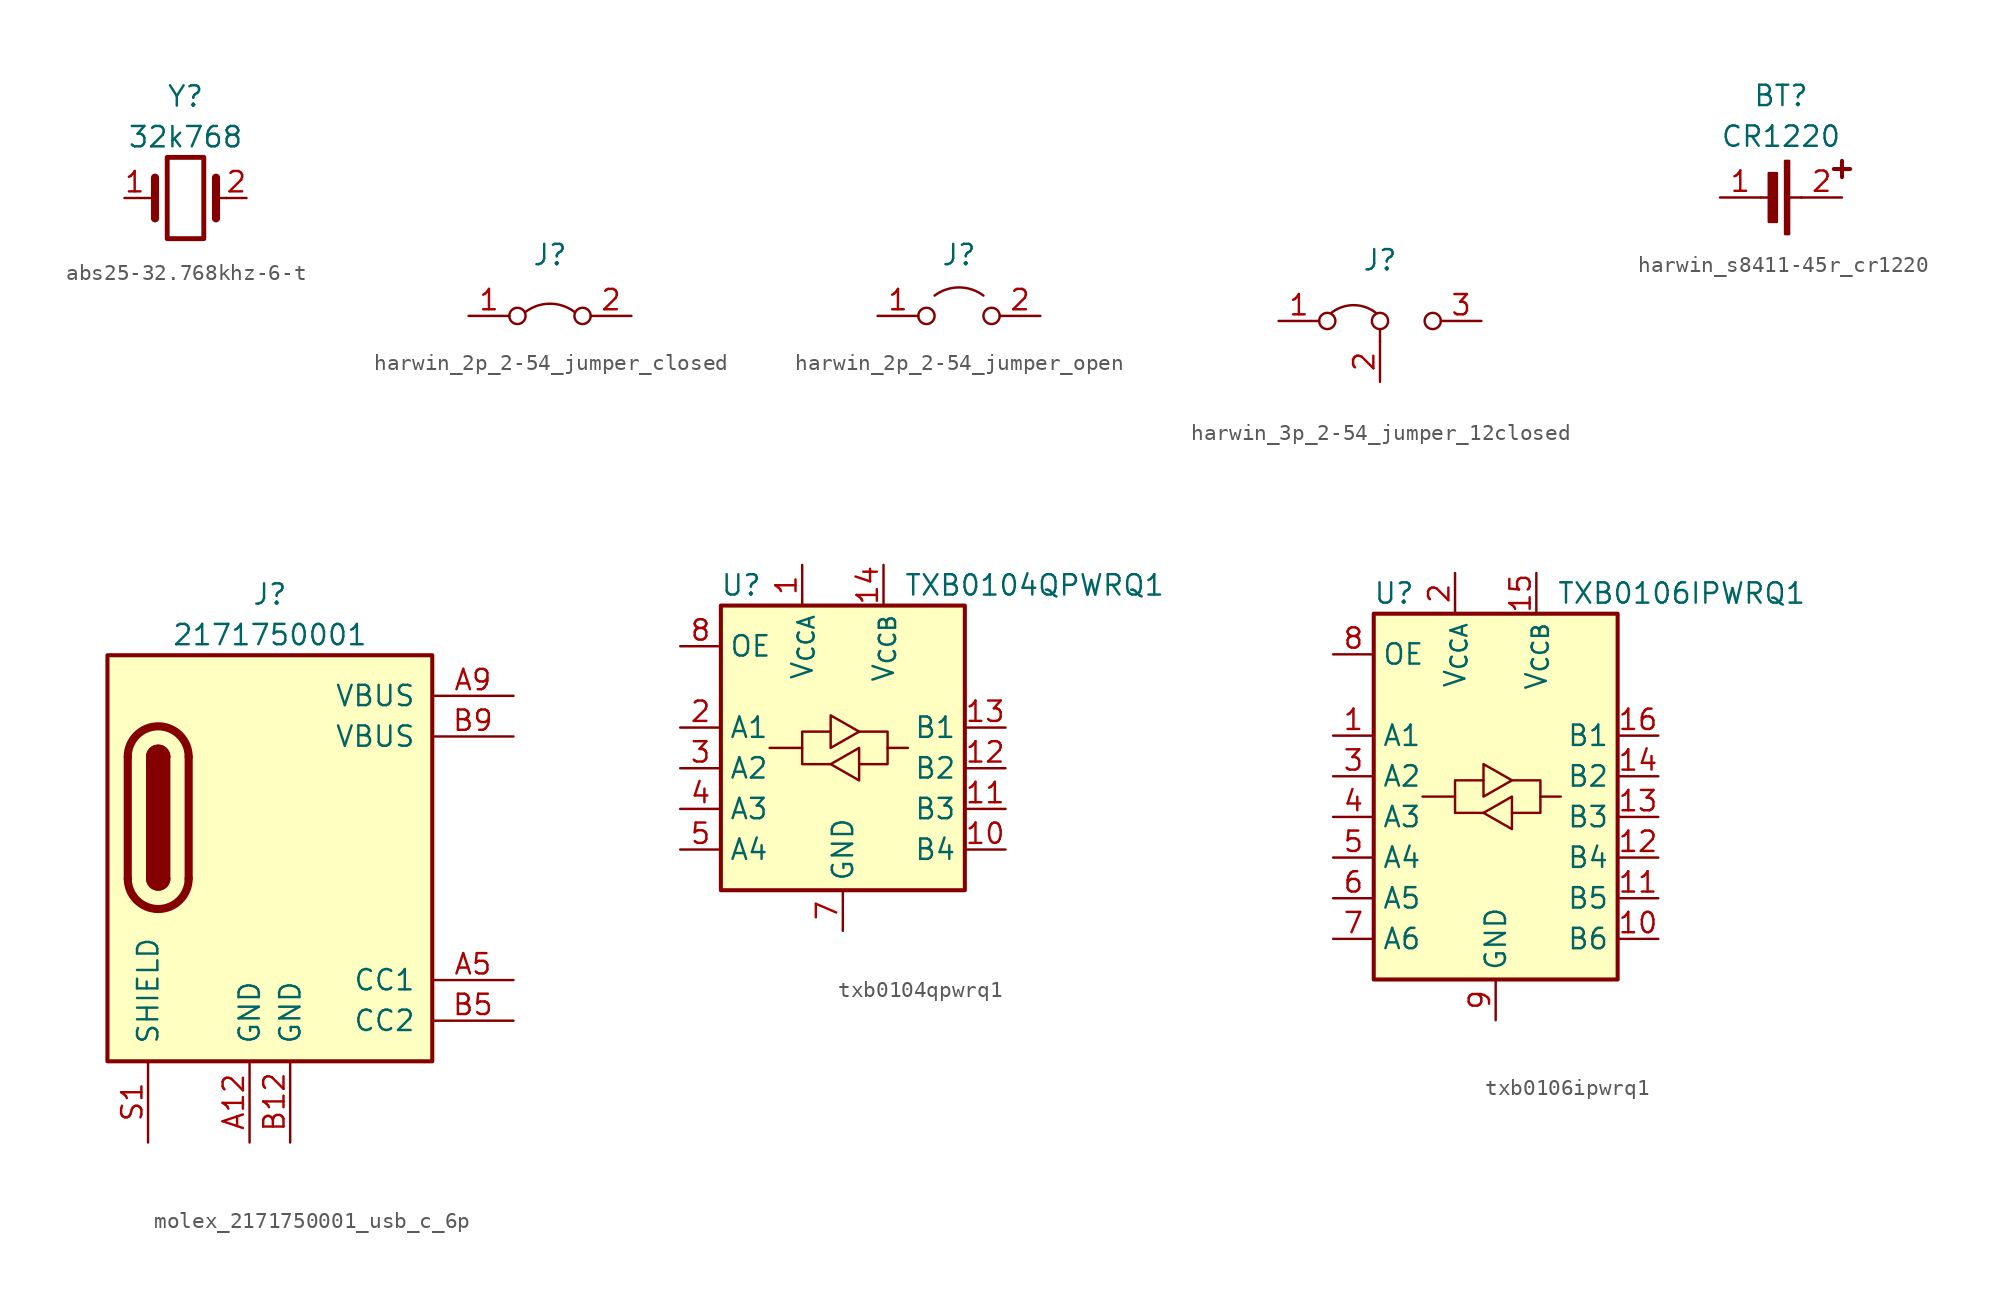
<source format=kicad_sym>
(kicad_symbol_lib
  (version 20231120)
  (generator "kicad_symbol_editor")
  (generator_version "8.0")
  (symbol "abs25-32.768khz-6-t"
    (property "Reference" "Y"
      (at 0 6.35 0)
      (effects (font (size 1.27 1.27))))
    (property "Value" "32k768"
      (at 0 3.81 0)
      (effects (font (size 1.27 1.27))))
    (symbol "abs25-32.768khz-6-t_0_1"
      (rectangle (start -1.143 2.54) (end 1.143 -2.54) (stroke (width 0.305) (type default)) (fill (type none)))
      (polyline (pts (xy -2.54 0) (xy -1.905 0)) (stroke (width 0) (type default)) (fill (type none)))
      (polyline (pts (xy -1.905 -1.27) (xy -1.905 1.27)) (stroke (width 0.508) (type default)) (fill (type none)))
      (polyline (pts (xy 1.905 -1.27) (xy 1.905 1.27)) (stroke (width 0.508) (type default)) (fill (type none)))
      (polyline (pts (xy 2.54 0) (xy 1.905 0)) (stroke (width 0) (type default)) (fill (type none))))
    (symbol "abs25-32.768khz-6-t_1_0"
      (pin passive line (at -3.81 0 0) (length 1.27) (name "" (effects (font (size 1.27 1.27)))) (number "1" (effects (font (size 1.27 1.27)))))
      (pin passive line (at 3.81 0 180) (length 1.27) (name "" (effects (font (size 1.27 1.27)))) (number "2" (effects (font (size 1.27 1.27)))))))
  (symbol "harwin_2p_2-54_jumper_closed"
    (pin_names
      (offset 1.016))
    (property "Reference" "J"
      (at 0 3.81 0)
      (effects (font (size 1.27 1.27))))
    (property "Value" ""
      (at 0 13.97 0)
      (effects (font (size 1.27 1.27))))
    (symbol "harwin_2p_2-54_jumper_closed_0_0"
      (circle (center -2.032 0) (radius 0.508) (stroke (width 0) (type default)) (fill (type none)))
      (circle (center 2.032 0) (radius 0.508) (stroke (width 0) (type default)) (fill (type none))))
    (symbol "harwin_2p_2-54_jumper_closed_0_1"
      (arc (start 1.524 0.254) (mid 0 0.762) (end -1.524 0.254) (stroke (width 0) (type default)) (fill (type none))))
    (symbol "harwin_2p_2-54_jumper_closed_1_1"
      (pin passive line (at -5.08 0 0) (length 2.54) (name "" (effects (font (size 1.27 1.27)))) (number "1" (effects (font (size 1.27 1.27)))))
      (pin passive line (at 5.08 0 180) (length 2.54) (name "" (effects (font (size 1.27 1.27)))) (number "2" (effects (font (size 1.27 1.27)))))))
  (symbol "harwin_2p_2-54_jumper_open"
    (pin_names
      (offset 1.016))
    (property "Reference" "J"
      (at 0 3.81 0)
      (effects (font (size 1.27 1.27))))
    (property "Value" ""
      (at 0 13.97 0)
      (effects (font (size 1.27 1.27))))
    (symbol "harwin_2p_2-54_jumper_open_0_0"
      (circle (center -2.032 0) (radius 0.508) (stroke (width 0) (type default)) (fill (type none)))
      (circle (center 2.032 0) (radius 0.508) (stroke (width 0) (type default)) (fill (type none))))
    (symbol "harwin_2p_2-54_jumper_open_0_1"
      (arc (start 1.524 1.27) (mid 0 1.778) (end -1.524 1.27) (stroke (width 0) (type default)) (fill (type none))))
    (symbol "harwin_2p_2-54_jumper_open_1_1"
      (pin passive line (at -5.08 0 0) (length 2.54) (name "" (effects (font (size 1.27 1.27)))) (number "1" (effects (font (size 1.27 1.27)))))
      (pin passive line (at 5.08 0 180) (length 2.54) (name "" (effects (font (size 1.27 1.27)))) (number "2" (effects (font (size 1.27 1.27)))))))
  (symbol "harwin_3p_2-54_jumper_12closed"
    (pin_names
      (offset 1.016))
    (property "Reference" "J"
      (at 0 3.81 0)
      (effects (font (size 1.27 1.27))))
    (property "Value" ""
      (at 0 13.97 0)
      (effects (font (size 1.27 1.27))))
    (symbol "harwin_3p_2-54_jumper_12closed_0_0"
      (circle (center -3.302 0) (radius 0.508) (stroke (width 0) (type default)) (fill (type none)))
      (circle (center 0 0) (radius 0.508) (stroke (width 0) (type default)) (fill (type none)))
      (circle (center 3.302 0) (radius 0.508) (stroke (width 0) (type default)) (fill (type none))))
    (symbol "harwin_3p_2-54_jumper_12closed_0_1"
      (arc (start -0.254 0.508) (mid -1.651 0.9912) (end -3.048 0.508) (stroke (width 0) (type default)) (fill (type none)))
      (polyline (pts (xy 0 -1.27) (xy 0 -0.508)) (stroke (width 0) (type default)) (fill (type none))))
    (symbol "harwin_3p_2-54_jumper_12closed_1_1"
      (pin passive line (at -6.35 0 0) (length 2.54) (name "" (effects (font (size 1.27 1.27)))) (number "1" (effects (font (size 1.27 1.27)))))
      (pin passive line (at 0 -3.81 90) (length 2.54) (name "" (effects (font (size 1.27 1.27)))) (number "2" (effects (font (size 1.27 1.27)))))
      (pin passive line (at 6.35 0 180) (length 2.54) (name "" (effects (font (size 1.27 1.27)))) (number "3" (effects (font (size 1.27 1.27)))))))
  (symbol "harwin_s8411-45r_cr1220"
    (pin_names
      (offset 1.016))
    (property "Reference" "BT"
      (at 0 6.35 0)
      (effects (font (size 1.27 1.27))))
    (property "Value" "CR1220"
      (at 0 3.81 0)
      (effects (font (size 1.27 1.27))))
    (symbol "harwin_s8411-45r_cr1220_0_1"
      (rectangle (start -0.254 -1.524) (end -0.762 1.524) (stroke (width 0) (type default)) (fill (type outline)))
      (polyline (pts (xy -0.508 0) (xy -1.27 0)) (stroke (width 0) (type default)) (fill (type none)))
      (polyline (pts (xy 0.508 0) (xy 1.27 0)) (stroke (width 0) (type default)) (fill (type none)))
      (polyline (pts (xy 3.81 1.27) (xy 3.81 2.286)) (stroke (width 0.254) (type default)) (fill (type none)))
      (polyline (pts (xy 4.318 1.778) (xy 3.302 1.778)) (stroke (width 0.254) (type default)) (fill (type none)))
      (rectangle (start 0.254 2.286) (end 0.508 -2.286) (stroke (width 0) (type default)) (fill (type outline))))
    (symbol "harwin_s8411-45r_cr1220_1_1"
      (pin passive line (at -3.81 0 0) (length 2.54) (name "" (effects (font (size 1.27 1.27)))) (number "1" (effects (font (size 1.27 1.27)))))
      (pin passive line (at 3.81 0 180) (length 2.54) (name "" (effects (font (size 1.27 1.27)))) (number "2" (effects (font (size 1.27 1.27)))))))
  (symbol "molex_2171750001_usb_c_6p"
    (pin_names
      (offset 1.016))
    (property "Reference" "J"
      (at 0 16.51 0)
      (effects (font (size 1.27 1.27))))
    (property "Value" "2171750001"
      (at 0 13.97 0)
      (effects (font (size 1.27 1.27))))
    (symbol "molex_2171750001_usb_c_6p_0_1"
      (rectangle (start -10.16 12.7) (end 10.16 -12.7) (stroke (width 0.254) (type default)) (fill (type background)))
      (arc (start -8.89 -1.27) (mid -6.985 -3.1667) (end -5.08 -1.27) (stroke (width 0.508) (type default)) (fill (type none)))
      (arc (start -7.62 -1.27) (mid -6.985 -1.9023) (end -6.35 -1.27) (stroke (width 0.254) (type default)) (fill (type none)))
      (arc (start -7.62 -1.27) (mid -6.985 -1.9023) (end -6.35 -1.27) (stroke (width 0.254) (type default)) (fill (type outline)))
      (rectangle (start -7.62 -1.27) (end -6.35 6.35) (stroke (width 0.254) (type default)) (fill (type outline)))
      (arc (start -6.35 6.35) (mid -6.985 6.9823) (end -7.62 6.35) (stroke (width 0.254) (type default)) (fill (type none)))
      (arc (start -6.35 6.35) (mid -6.985 6.9823) (end -7.62 6.35) (stroke (width 0.254) (type default)) (fill (type outline)))
      (arc (start -5.08 6.35) (mid -6.985 8.2467) (end -8.89 6.35) (stroke (width 0.508) (type default)) (fill (type none)))
      (polyline (pts (xy -8.89 -1.27) (xy -8.89 6.35)) (stroke (width 0.508) (type default)) (fill (type none)))
      (polyline (pts (xy -5.08 6.35) (xy -5.08 -1.27)) (stroke (width 0.508) (type default)) (fill (type none))))
    (symbol "molex_2171750001_usb_c_6p_1_1"
      (pin passive line (at -1.27 -17.78 90) (length 5.08) (name "GND" (effects (font (size 1.27 1.27)))) (number "A12" (effects (font (size 1.27 1.27)))))
      (pin bidirectional line (at 15.24 -7.62 180) (length 5.08) (name "CC1" (effects (font (size 1.27 1.27)))) (number "A5" (effects (font (size 1.27 1.27)))))
      (pin passive line (at 15.24 10.16 180) (length 5.08) (name "VBUS" (effects (font (size 1.27 1.27)))) (number "A9" (effects (font (size 1.27 1.27)))))
      (pin passive line (at 1.27 -17.78 90) (length 5.08) (name "GND" (effects (font (size 1.27 1.27)))) (number "B12" (effects (font (size 1.27 1.27)))))
      (pin bidirectional line (at 15.24 -10.16 180) (length 5.08) (name "CC2" (effects (font (size 1.27 1.27)))) (number "B5" (effects (font (size 1.27 1.27)))))
      (pin passive line (at 15.24 7.62 180) (length 5.08) (name "VBUS" (effects (font (size 1.27 1.27)))) (number "B9" (effects (font (size 1.27 1.27)))))
      (pin passive line (at -7.62 -17.78 90) (length 5.08) (name "SHIELD" (effects (font (size 1.27 1.27)))) (number "S1" (effects (font (size 1.27 1.27)))))))
  (symbol "txb0104qpwrq1"
    (property "Reference" "U"
      (at -6.35 10.16 0)
      (effects (font (size 1.27 1.27))))
    (property "Value" "TXB0104QPWRQ1"
      (at 3.81 10.16 0)
      (effects (font (size 1.27 1.27)) (justify left)))
    (symbol "txb0104qpwrq1_0_1"
      (rectangle (start -7.62 8.89) (end 7.62 -8.89) (stroke (width 0.254) (type default)) (fill (type background)))
      (polyline (pts (xy -2.54 0) (xy -2.54 1.016) (xy -0.762 1.016)) (stroke (width 0) (type default)) (fill (type none)))
      (polyline (pts (xy 2.794 0) (xy 2.794 -1.016) (xy 1.016 -1.016)) (stroke (width 0) (type default)) (fill (type none)))
      (polyline (pts (xy -0.762 -1.016) (xy -2.54 -1.016) (xy -2.54 0) (xy -4.572 0)) (stroke (width 0) (type default)) (fill (type none)))
      (polyline (pts (xy -0.762 -1.016) (xy 1.016 0) (xy 1.016 -2.032) (xy -0.762 -1.016)) (stroke (width 0) (type default)) (fill (type none)))
      (polyline (pts (xy 1.016 1.016) (xy -0.762 0) (xy -0.762 2.032) (xy 1.016 1.016)) (stroke (width 0) (type default)) (fill (type none)))
      (polyline (pts (xy 1.016 1.016) (xy 2.794 1.016) (xy 2.794 0) (xy 4.064 0)) (stroke (width 0) (type default)) (fill (type none))))
    (symbol "txb0104qpwrq1_1_1"
      (pin power_in line (at -2.54 11.43 270) (length 2.54) (name "V_{CCA}" (effects (font (size 1.27 1.27)))) (number "1" (effects (font (size 1.27 1.27)))))
      (pin bidirectional line (at 10.16 -6.35 180) (length 2.54) (name "B4" (effects (font (size 1.27 1.27)))) (number "10" (effects (font (size 1.27 1.27)))))
      (pin bidirectional line (at 10.16 -3.81 180) (length 2.54) (name "B3" (effects (font (size 1.27 1.27)))) (number "11" (effects (font (size 1.27 1.27)))))
      (pin bidirectional line (at 10.16 -1.27 180) (length 2.54) (name "B2" (effects (font (size 1.27 1.27)))) (number "12" (effects (font (size 1.27 1.27)))))
      (pin bidirectional line (at 10.16 1.27 180) (length 2.54) (name "B1" (effects (font (size 1.27 1.27)))) (number "13" (effects (font (size 1.27 1.27)))))
      (pin power_in line (at 2.54 11.43 270) (length 2.54) (name "V_{CCB}" (effects (font (size 1.27 1.27)))) (number "14" (effects (font (size 1.27 1.27)))))
      (pin bidirectional line (at -10.16 1.27 0) (length 2.54) (name "A1" (effects (font (size 1.27 1.27)))) (number "2" (effects (font (size 1.27 1.27)))))
      (pin bidirectional line (at -10.16 -1.27 0) (length 2.54) (name "A2" (effects (font (size 1.27 1.27)))) (number "3" (effects (font (size 1.27 1.27)))))
      (pin bidirectional line (at -10.16 -3.81 0) (length 2.54) (name "A3" (effects (font (size 1.27 1.27)))) (number "4" (effects (font (size 1.27 1.27)))))
      (pin bidirectional line (at -10.16 -6.35 0) (length 2.54) (name "A4" (effects (font (size 1.27 1.27)))) (number "5" (effects (font (size 1.27 1.27)))))
      (pin no_connect line (at 3.81 -11.43 90) (length 2.54) hide (name "NC" (effects (font (size 1.27 1.27)))) (number "6" (effects (font (size 1.27 1.27)))))
      (pin power_in line (at 0 -11.43 90) (length 2.54) (name "GND" (effects (font (size 1.27 1.27)))) (number "7" (effects (font (size 1.27 1.27)))))
      (pin input line (at -10.16 6.35 0) (length 2.54) (name "OE" (effects (font (size 1.27 1.27)))) (number "8" (effects (font (size 1.27 1.27)))))
      (pin no_connect line (at 2.54 -11.43 90) (length 2.54) hide (name "NC" (effects (font (size 1.27 1.27)))) (number "9" (effects (font (size 1.27 1.27)))))))
  (symbol "txb0106ipwrq1"
    (property "Reference" "U"
      (at -6.35 12.7 0)
      (effects (font (size 1.27 1.27))))
    (property "Value" "TXB0106IPWRQ1"
      (at 3.81 12.7 0)
      (effects (font (size 1.27 1.27)) (justify left)))
    (symbol "txb0106ipwrq1_0_1"
      (rectangle (start -7.62 11.43) (end 7.62 -11.43) (stroke (width 0.254) (type default)) (fill (type background)))
      (polyline (pts (xy -2.54 0) (xy -2.54 1.016) (xy -0.762 1.016)) (stroke (width 0) (type default)) (fill (type none)))
      (polyline (pts (xy 2.794 0) (xy 2.794 -1.016) (xy 1.016 -1.016)) (stroke (width 0) (type default)) (fill (type none)))
      (polyline (pts (xy -0.762 -1.016) (xy -2.54 -1.016) (xy -2.54 0) (xy -4.572 0)) (stroke (width 0) (type default)) (fill (type none)))
      (polyline (pts (xy -0.762 -1.016) (xy 1.016 0) (xy 1.016 -2.032) (xy -0.762 -1.016)) (stroke (width 0) (type default)) (fill (type none)))
      (polyline (pts (xy 1.016 1.016) (xy -0.762 0) (xy -0.762 2.032) (xy 1.016 1.016)) (stroke (width 0) (type default)) (fill (type none)))
      (polyline (pts (xy 1.016 1.016) (xy 2.794 1.016) (xy 2.794 0) (xy 4.064 0)) (stroke (width 0) (type default)) (fill (type none))))
    (symbol "txb0106ipwrq1_1_1"
      (pin bidirectional line (at -10.16 3.81 0) (length 2.54) (name "A1" (effects (font (size 1.27 1.27)))) (number "1" (effects (font (size 1.27 1.27)))))
      (pin bidirectional line (at 10.16 -8.89 180) (length 2.54) (name "B6" (effects (font (size 1.27 1.27)))) (number "10" (effects (font (size 1.27 1.27)))))
      (pin bidirectional line (at 10.16 -6.35 180) (length 2.54) (name "B5" (effects (font (size 1.27 1.27)))) (number "11" (effects (font (size 1.27 1.27)))))
      (pin bidirectional line (at 10.16 -3.81 180) (length 2.54) (name "B4" (effects (font (size 1.27 1.27)))) (number "12" (effects (font (size 1.27 1.27)))))
      (pin bidirectional line (at 10.16 -1.27 180) (length 2.54) (name "B3" (effects (font (size 1.27 1.27)))) (number "13" (effects (font (size 1.27 1.27)))))
      (pin bidirectional line (at 10.16 1.27 180) (length 2.54) (name "B2" (effects (font (size 1.27 1.27)))) (number "14" (effects (font (size 1.27 1.27)))))
      (pin power_in line (at 2.54 13.97 270) (length 2.54) (name "V_{CCB}" (effects (font (size 1.27 1.27)))) (number "15" (effects (font (size 1.27 1.27)))))
      (pin bidirectional line (at 10.16 3.81 180) (length 2.54) (name "B1" (effects (font (size 1.27 1.27)))) (number "16" (effects (font (size 1.27 1.27)))))
      (pin power_in line (at -2.54 13.97 270) (length 2.54) (name "V_{CCA}" (effects (font (size 1.27 1.27)))) (number "2" (effects (font (size 1.27 1.27)))))
      (pin bidirectional line (at -10.16 1.27 0) (length 2.54) (name "A2" (effects (font (size 1.27 1.27)))) (number "3" (effects (font (size 1.27 1.27)))))
      (pin bidirectional line (at -10.16 -1.27 0) (length 2.54) (name "A3" (effects (font (size 1.27 1.27)))) (number "4" (effects (font (size 1.27 1.27)))))
      (pin bidirectional line (at -10.16 -3.81 0) (length 2.54) (name "A4" (effects (font (size 1.27 1.27)))) (number "5" (effects (font (size 1.27 1.27)))))
      (pin bidirectional line (at -10.16 -6.35 0) (length 2.54) (name "A5" (effects (font (size 1.27 1.27)))) (number "6" (effects (font (size 1.27 1.27)))))
      (pin bidirectional line (at -10.16 -8.89 0) (length 2.54) (name "A6" (effects (font (size 1.27 1.27)))) (number "7" (effects (font (size 1.27 1.27)))))
      (pin input line (at -10.16 8.89 0) (length 2.54) (name "OE" (effects (font (size 1.27 1.27)))) (number "8" (effects (font (size 1.27 1.27)))))
      (pin power_in line (at 0 -13.97 90) (length 2.54) (name "GND" (effects (font (size 1.27 1.27)))) (number "9" (effects (font (size 1.27 1.27))))))))
</source>
